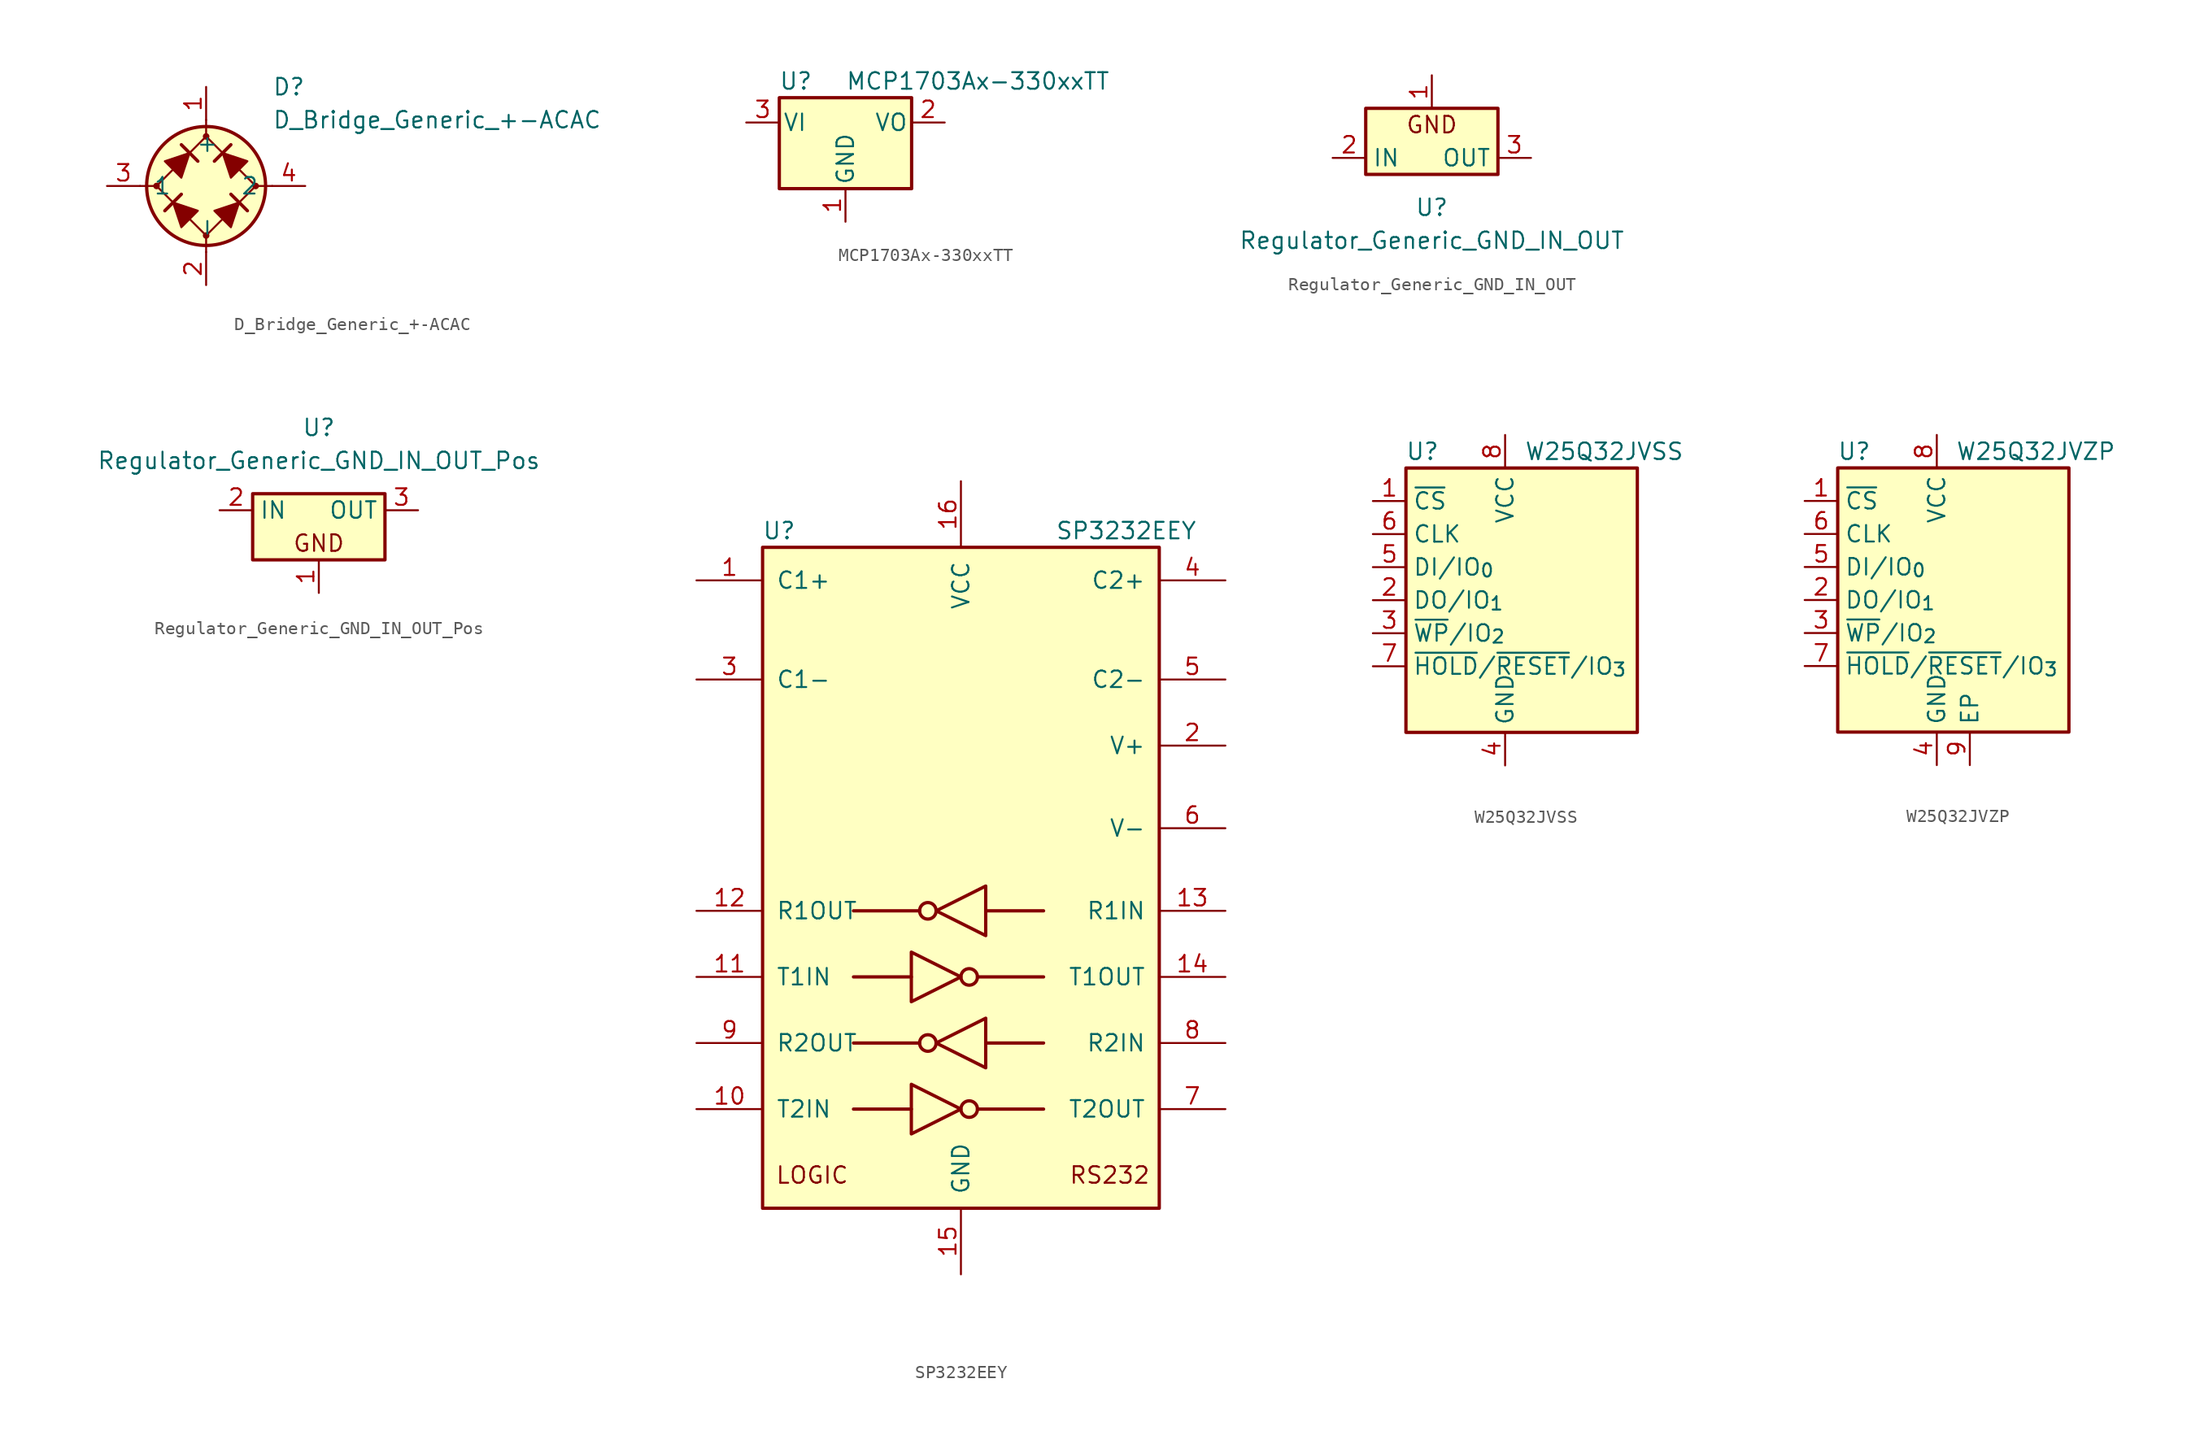
<source format=kicad_sym>
(kicad_symbol_lib
  (version 20241209)
  (generator "kicad_symbol_editor")
  (generator_version "9.0")
  (symbol "D_Bridge_Generic_+-ACAC"
    (pin_names
      (offset 1.016))
    (property "Reference" "D"
      (at 5.08 7.62 0)
      (effects (font (size 1.27 1.27)) (justify left)))
    (property "Value" "D_Bridge_Generic_+-ACAC"
      (at 5.08 5.08 0)
      (effects (font (size 1.27 1.27)) (justify left)))
    (symbol "D_Bridge_Generic_+-ACAC_0_1"
      (polyline (pts (xy -5.08 0) (xy -3.81 0)) (stroke (width 0) (type default)) (fill (type none)))
      (circle (center -3.81 0) (radius 0.178) (stroke (width 0) (type default)) (fill (type outline)))
      (polyline (pts (xy -2.54 -1.27) (xy -1.905 -3.175) (xy -0.635 -1.905) (xy -2.54 -1.27)) (stroke (width 0) (type default)) (fill (type outline)))
      (polyline (pts (xy -1.905 3.175) (xy -0.635 1.905)) (stroke (width 0.254) (type default)) (fill (type none)))
      (polyline (pts (xy -1.905 -0.635) (xy -3.175 -1.905)) (stroke (width 0.254) (type default)) (fill (type none)))
      (polyline (pts (xy -1.27 2.54) (xy -1.905 0.635) (xy -3.175 1.905) (xy -1.27 2.54)) (stroke (width 0) (type default)) (fill (type outline)))
      (polyline (pts (xy 0 5.08) (xy 0 3.81)) (stroke (width 0) (type default)) (fill (type none)))
      (polyline (pts (xy 0 3.81) (xy -3.81 0) (xy 0 -3.81) (xy 3.81 0) (xy 0 3.81)) (stroke (width 0) (type default)) (fill (type none)))
      (circle (center 0 0) (radius 4.572) (stroke (width 0.254) (type default)) (fill (type background)))
      (polyline (pts (xy 0 -5.08) (xy 0 -3.81)) (stroke (width 0) (type default)) (fill (type none)))
      (polyline (pts (xy 1.27 2.54) (xy 3.175 1.905) (xy 1.905 0.635) (xy 1.27 2.54)) (stroke (width 0) (type default)) (fill (type outline)))
      (polyline (pts (xy 1.905 3.175) (xy 0.635 1.905)) (stroke (width 0.254) (type default)) (fill (type none)))
      (polyline (pts (xy 2.54 -1.27) (xy 0.635 -1.905) (xy 1.905 -3.175) (xy 2.54 -1.27)) (stroke (width 0) (type default)) (fill (type outline)))
      (polyline (pts (xy 3.175 -1.905) (xy 1.905 -0.635)) (stroke (width 0.254) (type default)) (fill (type none)))
      (polyline (pts (xy 5.08 0) (xy 3.81 0)) (stroke (width 0) (type default)) (fill (type none))))
    (symbol "D_Bridge_Generic_+-ACAC_1_1"
      (circle (center 0 3.81) (radius 0.178) (stroke (width 0) (type default)) (fill (type outline)))
      (circle (center 0 -3.81) (radius 0.178) (stroke (width 0) (type default)) (fill (type outline)))
      (circle (center 3.81 0) (radius 0.178) (stroke (width 0) (type default)) (fill (type outline)))
      (pin passive line (at -7.62 0 0) (length 2.54) (name "1" (effects (font (size 1.27 1.27)))) (number "3" (effects (font (size 1.27 1.27)))))
      (pin passive line (at 0 7.62 270) (length 2.54) (name "+" (effects (font (size 1.27 1.27)))) (number "1" (effects (font (size 1.27 1.27)))))
      (pin passive line (at 0 -7.62 90) (length 2.54) (name "-" (effects (font (size 1.27 1.27)))) (number "2" (effects (font (size 1.27 1.27)))))
      (pin passive line (at 7.62 0 180) (length 2.54) (name "2" (effects (font (size 1.27 1.27)))) (number "4" (effects (font (size 1.27 1.27)))))))
  (symbol "MCP1703Ax-330xxTT"
    (pin_names
      (offset 0.254))
    (property "Reference" "U"
      (at -3.81 3.175 0)
      (effects (font (size 1.27 1.27))))
    (property "Value" "MCP1703Ax-330xxTT"
      (at 0 3.175 0)
      (effects (font (size 1.27 1.27)) (justify left)))
    (symbol "MCP1703Ax-330xxTT_0_1"
      (rectangle (start -5.08 -5.08) (end 5.08 1.905) (stroke (width 0.254) (type default)) (fill (type background))))
    (symbol "MCP1703Ax-330xxTT_1_1"
      (pin power_in line (at -7.62 0 0) (length 2.54) (name "VI" (effects (font (size 1.27 1.27)))) (number "3" (effects (font (size 1.27 1.27)))))
      (pin power_in line (at 0 -7.62 90) (length 2.54) (name "GND" (effects (font (size 1.27 1.27)))) (number "1" (effects (font (size 1.27 1.27)))))
      (pin power_out line (at 7.62 0 180) (length 2.54) (name "VO" (effects (font (size 1.27 1.27)))) (number "2" (effects (font (size 1.27 1.27)))))))
  (symbol "Regulator_Generic_GND_IN_OUT"
    (property "Reference" "U"
      (at 0 -3.81 0)
      (effects (font (size 1.27 1.27))))
    (property "Value" "Regulator_Generic_GND_IN_OUT"
      (at 0 -6.35 0)
      (effects (font (size 1.27 1.27))))
    (symbol "Regulator_Generic_GND_IN_OUT_0_0"
      (rectangle (start -5.08 3.81) (end 5.08 -1.27) (stroke (width 0.254) (type default)) (fill (type background)))
      (text "GND" (at 0 2.54 0) (effects (font (size 1.27 1.27)))))
    (symbol "Regulator_Generic_GND_IN_OUT_1_1"
      (pin power_in line (at -7.62 0 0) (length 2.54) (name "IN" (effects (font (size 1.27 1.27)))) (number "2" (effects (font (size 1.27 1.27)))))
      (pin power_in line (at 0 6.35 270) (length 2.54) (name "~" (effects (font (size 1.27 1.27)))) (number "1" (effects (font (size 1.27 1.27)))))
      (pin power_out line (at 7.62 0 180) (length 2.54) (name "OUT" (effects (font (size 1.27 1.27)))) (number "3" (effects (font (size 1.27 1.27)))))))
  (symbol "Regulator_Generic_GND_IN_OUT_Pos"
    (property "Reference" "U"
      (at 0 6.35 0)
      (effects (font (size 1.27 1.27))))
    (property "Value" "Regulator_Generic_GND_IN_OUT_Pos"
      (at 0 3.81 0)
      (effects (font (size 1.27 1.27))))
    (symbol "Regulator_Generic_GND_IN_OUT_Pos_0_0"
      (rectangle (start -5.08 1.27) (end 5.08 -3.81) (stroke (width 0.254) (type default)) (fill (type background)))
      (text "GND" (at 0 -2.54 0) (effects (font (size 1.27 1.27)))))
    (symbol "Regulator_Generic_GND_IN_OUT_Pos_1_1"
      (pin power_in line (at -7.62 0 0) (length 2.54) (name "IN" (effects (font (size 1.27 1.27)))) (number "2" (effects (font (size 1.27 1.27)))))
      (pin power_in line (at 0 -6.35 90) (length 2.54) (name "~" (effects (font (size 1.27 1.27)))) (number "1" (effects (font (size 1.27 1.27)))))
      (pin power_out line (at 7.62 0 180) (length 2.54) (name "OUT" (effects (font (size 1.27 1.27)))) (number "3" (effects (font (size 1.27 1.27)))))))
  (symbol "SP3232EEY"
    (pin_names
      (offset 1.016))
    (property "Reference" "U"
      (at -13.97 26.67 0)
      (effects (font (size 1.27 1.27))))
    (property "Value" "SP3232EEY"
      (at 12.7 26.67 0)
      (effects (font (size 1.27 1.27))))
    (symbol "SP3232EEY_0_0"
      (text "LOGIC" (at -11.43 -22.86 0) (effects (font (size 1.27 1.27))))
      (text "RS232" (at 11.43 -22.86 0) (effects (font (size 1.27 1.27)))))
    (symbol "SP3232EEY_0_1"
      (rectangle (start -15.24 25.4) (end 15.24 -25.4) (stroke (width 0.254) (type default)) (fill (type background)))
      (polyline (pts (xy -3.81 -5.715) (xy -3.81 -9.525) (xy 0 -7.62) (xy -3.81 -5.715)) (stroke (width 0.254) (type default)) (fill (type none)))
      (polyline (pts (xy -3.81 -7.62) (xy -8.255 -7.62)) (stroke (width 0.254) (type default)) (fill (type none)))
      (polyline (pts (xy -3.81 -15.875) (xy -3.81 -19.685) (xy 0 -17.78) (xy -3.81 -15.875)) (stroke (width 0.254) (type default)) (fill (type none)))
      (polyline (pts (xy -3.81 -17.78) (xy -8.255 -17.78)) (stroke (width 0.254) (type default)) (fill (type none)))
      (polyline (pts (xy -3.175 -2.54) (xy -8.255 -2.54)) (stroke (width 0.254) (type default)) (fill (type none)))
      (polyline (pts (xy -3.175 -12.7) (xy -8.255 -12.7)) (stroke (width 0.254) (type default)) (fill (type none)))
      (circle (center -2.54 -2.54) (radius 0.635) (stroke (width 0.254) (type default)) (fill (type none)))
      (circle (center -2.54 -12.7) (radius 0.635) (stroke (width 0.254) (type default)) (fill (type none)))
      (circle (center 0.635 -7.62) (radius 0.635) (stroke (width 0.254) (type default)) (fill (type none)))
      (circle (center 0.635 -17.78) (radius 0.635) (stroke (width 0.254) (type default)) (fill (type none)))
      (polyline (pts (xy 1.27 -7.62) (xy 6.35 -7.62)) (stroke (width 0.254) (type default)) (fill (type none)))
      (polyline (pts (xy 1.27 -17.78) (xy 6.35 -17.78)) (stroke (width 0.254) (type default)) (fill (type none)))
      (polyline (pts (xy 1.905 -0.635) (xy 1.905 -4.445) (xy -1.905 -2.54) (xy 1.905 -0.635)) (stroke (width 0.254) (type default)) (fill (type none)))
      (polyline (pts (xy 1.905 -2.54) (xy 6.35 -2.54)) (stroke (width 0.254) (type default)) (fill (type none)))
      (polyline (pts (xy 1.905 -10.795) (xy 1.905 -14.605) (xy -1.905 -12.7) (xy 1.905 -10.795)) (stroke (width 0.254) (type default)) (fill (type none)))
      (polyline (pts (xy 1.905 -12.7) (xy 6.35 -12.7)) (stroke (width 0.254) (type default)) (fill (type none))))
    (symbol "SP3232EEY_1_1"
      (pin passive line (at -20.32 22.86 0) (length 5.08) (name "C1+" (effects (font (size 1.27 1.27)))) (number "1" (effects (font (size 1.27 1.27)))))
      (pin passive line (at -20.32 15.24 0) (length 5.08) (name "C1-" (effects (font (size 1.27 1.27)))) (number "3" (effects (font (size 1.27 1.27)))))
      (pin output line (at -20.32 -2.54 0) (length 5.08) (name "R1OUT" (effects (font (size 1.27 1.27)))) (number "12" (effects (font (size 1.27 1.27)))))
      (pin input line (at -20.32 -7.62 0) (length 5.08) (name "T1IN" (effects (font (size 1.27 1.27)))) (number "11" (effects (font (size 1.27 1.27)))))
      (pin output line (at -20.32 -12.7 0) (length 5.08) (name "R2OUT" (effects (font (size 1.27 1.27)))) (number "9" (effects (font (size 1.27 1.27)))))
      (pin input line (at -20.32 -17.78 0) (length 5.08) (name "T2IN" (effects (font (size 1.27 1.27)))) (number "10" (effects (font (size 1.27 1.27)))))
      (pin power_in line (at 0 30.48 270) (length 5.08) (name "VCC" (effects (font (size 1.27 1.27)))) (number "16" (effects (font (size 1.27 1.27)))))
      (pin power_in line (at 0 -30.48 90) (length 5.08) (name "GND" (effects (font (size 1.27 1.27)))) (number "15" (effects (font (size 1.27 1.27)))))
      (pin passive line (at 20.32 22.86 180) (length 5.08) (name "C2+" (effects (font (size 1.27 1.27)))) (number "4" (effects (font (size 1.27 1.27)))))
      (pin passive line (at 20.32 15.24 180) (length 5.08) (name "C2-" (effects (font (size 1.27 1.27)))) (number "5" (effects (font (size 1.27 1.27)))))
      (pin power_out line (at 20.32 10.16 180) (length 5.08) (name "V+" (effects (font (size 1.27 1.27)))) (number "2" (effects (font (size 1.27 1.27)))))
      (pin power_out line (at 20.32 3.81 180) (length 5.08) (name "V-" (effects (font (size 1.27 1.27)))) (number "6" (effects (font (size 1.27 1.27)))))
      (pin input line (at 20.32 -2.54 180) (length 5.08) (name "R1IN" (effects (font (size 1.27 1.27)))) (number "13" (effects (font (size 1.27 1.27)))))
      (pin output line (at 20.32 -7.62 180) (length 5.08) (name "T1OUT" (effects (font (size 1.27 1.27)))) (number "14" (effects (font (size 1.27 1.27)))))
      (pin input line (at 20.32 -12.7 180) (length 5.08) (name "R2IN" (effects (font (size 1.27 1.27)))) (number "8" (effects (font (size 1.27 1.27)))))
      (pin output line (at 20.32 -17.78 180) (length 5.08) (name "T2OUT" (effects (font (size 1.27 1.27)))) (number "7" (effects (font (size 1.27 1.27)))))))
  (symbol "W25Q32JVSS"
    (property "Reference" "U"
      (at -6.35 11.43 0)
      (effects (font (size 1.27 1.27))))
    (property "Value" "W25Q32JVSS"
      (at 7.62 11.43 0)
      (effects (font (size 1.27 1.27))))
    (symbol "W25Q32JVSS_0_1"
      (rectangle (start -7.62 10.16) (end 10.16 -10.16) (stroke (width 0.254) (type default)) (fill (type background))))
    (symbol "W25Q32JVSS_1_1"
      (pin input line (at -10.16 7.62 0) (length 2.54) (name "~{CS}" (effects (font (size 1.27 1.27)))) (number "1" (effects (font (size 1.27 1.27)))))
      (pin input line (at -10.16 5.08 0) (length 2.54) (name "CLK" (effects (font (size 1.27 1.27)))) (number "6" (effects (font (size 1.27 1.27)))))
      (pin bidirectional line (at -10.16 2.54 0) (length 2.54) (name "DI/IO_{0}" (effects (font (size 1.27 1.27)))) (number "5" (effects (font (size 1.27 1.27)))))
      (pin bidirectional line (at -10.16 0 0) (length 2.54) (name "DO/IO_{1}" (effects (font (size 1.27 1.27)))) (number "2" (effects (font (size 1.27 1.27)))))
      (pin bidirectional line (at -10.16 -2.54 0) (length 2.54) (name "~{WP}/IO_{2}" (effects (font (size 1.27 1.27)))) (number "3" (effects (font (size 1.27 1.27)))))
      (pin bidirectional line (at -10.16 -5.08 0) (length 2.54) (name "~{HOLD}/~{RESET}/IO_{3}" (effects (font (size 1.27 1.27)))) (number "7" (effects (font (size 1.27 1.27)))))
      (pin power_in line (at 0 12.7 270) (length 2.54) (name "VCC" (effects (font (size 1.27 1.27)))) (number "8" (effects (font (size 1.27 1.27)))))
      (pin power_in line (at 0 -12.7 90) (length 2.54) (name "GND" (effects (font (size 1.27 1.27)))) (number "4" (effects (font (size 1.27 1.27)))))))
  (symbol "W25Q32JVZP"
    (property "Reference" "U"
      (at -6.35 11.43 0)
      (effects (font (size 1.27 1.27))))
    (property "Value" "W25Q32JVZP"
      (at 7.62 11.43 0)
      (effects (font (size 1.27 1.27))))
    (symbol "W25Q32JVZP_0_1"
      (rectangle (start -7.62 10.16) (end 10.16 -10.16) (stroke (width 0.254) (type default)) (fill (type background))))
    (symbol "W25Q32JVZP_1_1"
      (pin input line (at -10.16 7.62 0) (length 2.54) (name "~{CS}" (effects (font (size 1.27 1.27)))) (number "1" (effects (font (size 1.27 1.27)))))
      (pin input line (at -10.16 5.08 0) (length 2.54) (name "CLK" (effects (font (size 1.27 1.27)))) (number "6" (effects (font (size 1.27 1.27)))))
      (pin bidirectional line (at -10.16 2.54 0) (length 2.54) (name "DI/IO_{0}" (effects (font (size 1.27 1.27)))) (number "5" (effects (font (size 1.27 1.27)))))
      (pin bidirectional line (at -10.16 0 0) (length 2.54) (name "DO/IO_{1}" (effects (font (size 1.27 1.27)))) (number "2" (effects (font (size 1.27 1.27)))))
      (pin bidirectional line (at -10.16 -2.54 0) (length 2.54) (name "~{WP}/IO_{2}" (effects (font (size 1.27 1.27)))) (number "3" (effects (font (size 1.27 1.27)))))
      (pin bidirectional line (at -10.16 -5.08 0) (length 2.54) (name "~{HOLD}/~{RESET}/IO_{3}" (effects (font (size 1.27 1.27)))) (number "7" (effects (font (size 1.27 1.27)))))
      (pin power_in line (at 0 12.7 270) (length 2.54) (name "VCC" (effects (font (size 1.27 1.27)))) (number "8" (effects (font (size 1.27 1.27)))))
      (pin power_in line (at 0 -12.7 90) (length 2.54) (name "GND" (effects (font (size 1.27 1.27)))) (number "4" (effects (font (size 1.27 1.27)))))
      (pin passive line (at 2.54 -12.7 90) (length 2.54) (name "EP" (effects (font (size 1.27 1.27)))) (number "9" (effects (font (size 1.27 1.27))))))))
</source>
